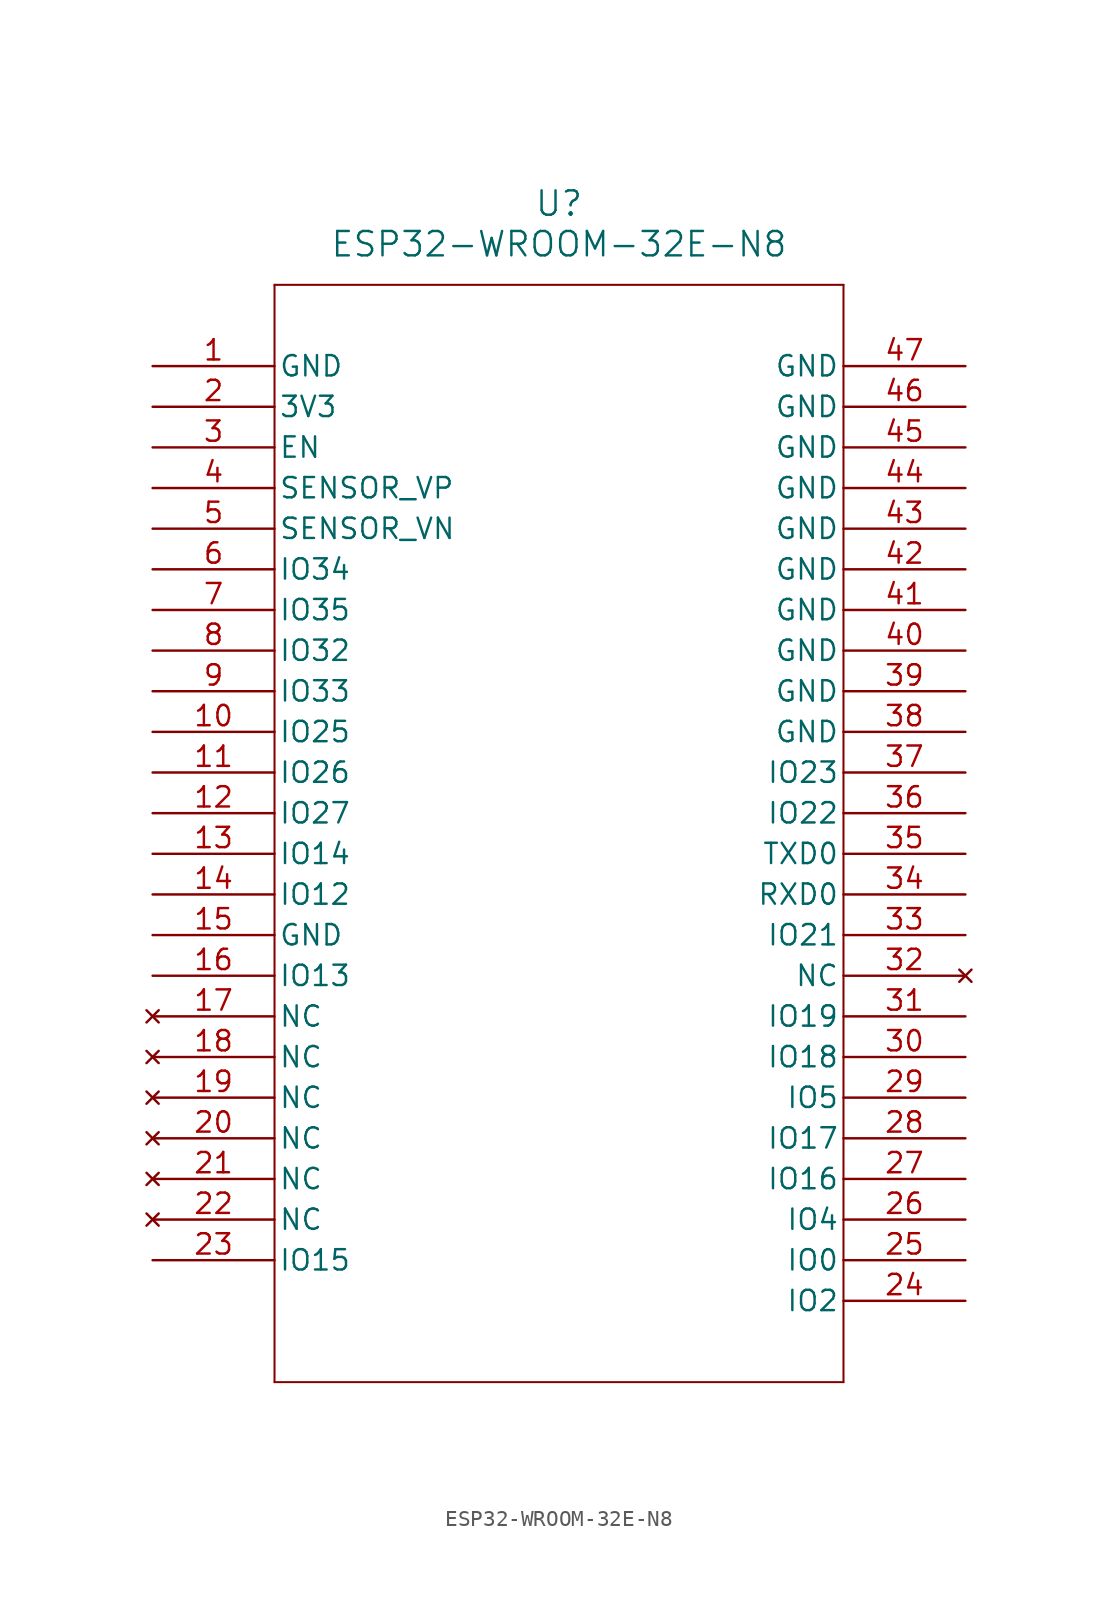
<source format=kicad_sym>
(kicad_symbol_lib
  (version 20211014)
  (generator kicad_symbol_editor)
  (symbol "ESP32-WROOM-32E-N8"
    (pin_names
      (offset 0.254))
    (property "Reference" "U"
      (at 25.4 10.16 0)
      (effects (font (size 1.524 1.524))))
    (property "Value" "ESP32-WROOM-32E-N8"
      (at 25.4 7.62 0)
      (effects (font (size 1.524 1.524))))
    (symbol "ESP32-WROOM-32E-N8_0_1"
      (polyline (pts (xy 7.62 5.08) (xy 7.62 -63.5)) (stroke (width 0.127) (type default) (color 0 0 0 0)) (fill (type none)))
      (polyline (pts (xy 7.62 -63.5) (xy 43.18 -63.5)) (stroke (width 0.127) (type default) (color 0 0 0 0)) (fill (type none)))
      (polyline (pts (xy 43.18 -63.5) (xy 43.18 5.08)) (stroke (width 0.127) (type default) (color 0 0 0 0)) (fill (type none)))
      (polyline (pts (xy 43.18 5.08) (xy 7.62 5.08)) (stroke (width 0.127) (type default) (color 0 0 0 0)) (fill (type none)))
      (pin power_out line (at 0 0 0) (length 7.62) (name "GND" (effects (font (size 1.27 1.27)))) (number "1" (effects (font (size 1.27 1.27)))))
      (pin power_in line (at 0 -2.54 0) (length 7.62) (name "3V3" (effects (font (size 1.27 1.27)))) (number "2" (effects (font (size 1.27 1.27)))))
      (pin input line (at 0 -5.08 0) (length 7.62) (name "EN" (effects (font (size 1.27 1.27)))) (number "3" (effects (font (size 1.27 1.27)))))
      (pin input line (at 0 -7.62 0) (length 7.62) (name "SENSOR_VP" (effects (font (size 1.27 1.27)))) (number "4" (effects (font (size 1.27 1.27)))))
      (pin input line (at 0 -10.16 0) (length 7.62) (name "SENSOR_VN" (effects (font (size 1.27 1.27)))) (number "5" (effects (font (size 1.27 1.27)))))
      (pin input line (at 0 -12.7 0) (length 7.62) (name "IO34" (effects (font (size 1.27 1.27)))) (number "6" (effects (font (size 1.27 1.27)))))
      (pin input line (at 0 -15.24 0) (length 7.62) (name "IO35" (effects (font (size 1.27 1.27)))) (number "7" (effects (font (size 1.27 1.27)))))
      (pin bidirectional line (at 0 -17.78 0) (length 7.62) (name "IO32" (effects (font (size 1.27 1.27)))) (number "8" (effects (font (size 1.27 1.27)))))
      (pin bidirectional line (at 0 -20.32 0) (length 7.62) (name "IO33" (effects (font (size 1.27 1.27)))) (number "9" (effects (font (size 1.27 1.27)))))
      (pin bidirectional line (at 0 -22.86 0) (length 7.62) (name "IO25" (effects (font (size 1.27 1.27)))) (number "10" (effects (font (size 1.27 1.27)))))
      (pin bidirectional line (at 0 -25.4 0) (length 7.62) (name "IO26" (effects (font (size 1.27 1.27)))) (number "11" (effects (font (size 1.27 1.27)))))
      (pin bidirectional line (at 0 -27.94 0) (length 7.62) (name "IO27" (effects (font (size 1.27 1.27)))) (number "12" (effects (font (size 1.27 1.27)))))
      (pin bidirectional line (at 0 -30.48 0) (length 7.62) (name "IO14" (effects (font (size 1.27 1.27)))) (number "13" (effects (font (size 1.27 1.27)))))
      (pin bidirectional line (at 0 -33.02 0) (length 7.62) (name "IO12" (effects (font (size 1.27 1.27)))) (number "14" (effects (font (size 1.27 1.27)))))
      (pin power_out line (at 0 -35.56 0) (length 7.62) (name "GND" (effects (font (size 1.27 1.27)))) (number "15" (effects (font (size 1.27 1.27)))))
      (pin bidirectional line (at 0 -38.1 0) (length 7.62) (name "IO13" (effects (font (size 1.27 1.27)))) (number "16" (effects (font (size 1.27 1.27)))))
      (pin no_connect line (at 0 -40.64 0) (length 7.62) (name "NC" (effects (font (size 1.27 1.27)))) (number "17" (effects (font (size 1.27 1.27)))))
      (pin no_connect line (at 0 -43.18 0) (length 7.62) (name "NC" (effects (font (size 1.27 1.27)))) (number "18" (effects (font (size 1.27 1.27)))))
      (pin no_connect line (at 0 -45.72 0) (length 7.62) (name "NC" (effects (font (size 1.27 1.27)))) (number "19" (effects (font (size 1.27 1.27)))))
      (pin no_connect line (at 0 -48.26 0) (length 7.62) (name "NC" (effects (font (size 1.27 1.27)))) (number "20" (effects (font (size 1.27 1.27)))))
      (pin no_connect line (at 0 -50.8 0) (length 7.62) (name "NC" (effects (font (size 1.27 1.27)))) (number "21" (effects (font (size 1.27 1.27)))))
      (pin no_connect line (at 0 -53.34 0) (length 7.62) (name "NC" (effects (font (size 1.27 1.27)))) (number "22" (effects (font (size 1.27 1.27)))))
      (pin bidirectional line (at 0 -55.88 0) (length 7.62) (name "IO15" (effects (font (size 1.27 1.27)))) (number "23" (effects (font (size 1.27 1.27)))))
      (pin bidirectional line (at 50.8 -58.42 180) (length 7.62) (name "IO2" (effects (font (size 1.27 1.27)))) (number "24" (effects (font (size 1.27 1.27)))))
      (pin bidirectional line (at 50.8 -55.88 180) (length 7.62) (name "IO0" (effects (font (size 1.27 1.27)))) (number "25" (effects (font (size 1.27 1.27)))))
      (pin bidirectional line (at 50.8 -53.34 180) (length 7.62) (name "IO4" (effects (font (size 1.27 1.27)))) (number "26" (effects (font (size 1.27 1.27)))))
      (pin bidirectional line (at 50.8 -50.8 180) (length 7.62) (name "IO16" (effects (font (size 1.27 1.27)))) (number "27" (effects (font (size 1.27 1.27)))))
      (pin bidirectional line (at 50.8 -48.26 180) (length 7.62) (name "IO17" (effects (font (size 1.27 1.27)))) (number "28" (effects (font (size 1.27 1.27)))))
      (pin bidirectional line (at 50.8 -45.72 180) (length 7.62) (name "IO5" (effects (font (size 1.27 1.27)))) (number "29" (effects (font (size 1.27 1.27)))))
      (pin bidirectional line (at 50.8 -43.18 180) (length 7.62) (name "IO18" (effects (font (size 1.27 1.27)))) (number "30" (effects (font (size 1.27 1.27)))))
      (pin bidirectional line (at 50.8 -40.64 180) (length 7.62) (name "IO19" (effects (font (size 1.27 1.27)))) (number "31" (effects (font (size 1.27 1.27)))))
      (pin no_connect line (at 50.8 -38.1 180) (length 7.62) (name "NC" (effects (font (size 1.27 1.27)))) (number "32" (effects (font (size 1.27 1.27)))))
      (pin bidirectional line (at 50.8 -35.56 180) (length 7.62) (name "IO21" (effects (font (size 1.27 1.27)))) (number "33" (effects (font (size 1.27 1.27)))))
      (pin bidirectional line (at 50.8 -33.02 180) (length 7.62) (name "RXD0" (effects (font (size 1.27 1.27)))) (number "34" (effects (font (size 1.27 1.27)))))
      (pin bidirectional line (at 50.8 -30.48 180) (length 7.62) (name "TXD0" (effects (font (size 1.27 1.27)))) (number "35" (effects (font (size 1.27 1.27)))))
      (pin bidirectional line (at 50.8 -27.94 180) (length 7.62) (name "IO22" (effects (font (size 1.27 1.27)))) (number "36" (effects (font (size 1.27 1.27)))))
      (pin bidirectional line (at 50.8 -25.4 180) (length 7.62) (name "IO23" (effects (font (size 1.27 1.27)))) (number "37" (effects (font (size 1.27 1.27)))))
      (pin power_out line (at 50.8 -22.86 180) (length 7.62) (name "GND" (effects (font (size 1.27 1.27)))) (number "38" (effects (font (size 1.27 1.27)))))
      (pin power_out line (at 50.8 -20.32 180) (length 7.62) (name "GND" (effects (font (size 1.27 1.27)))) (number "39" (effects (font (size 1.27 1.27)))))
      (pin power_out line (at 50.8 -17.78 180) (length 7.62) (name "GND" (effects (font (size 1.27 1.27)))) (number "40" (effects (font (size 1.27 1.27)))))
      (pin power_out line (at 50.8 -15.24 180) (length 7.62) (name "GND" (effects (font (size 1.27 1.27)))) (number "41" (effects (font (size 1.27 1.27)))))
      (pin power_out line (at 50.8 -12.7 180) (length 7.62) (name "GND" (effects (font (size 1.27 1.27)))) (number "42" (effects (font (size 1.27 1.27)))))
      (pin power_out line (at 50.8 -10.16 180) (length 7.62) (name "GND" (effects (font (size 1.27 1.27)))) (number "43" (effects (font (size 1.27 1.27)))))
      (pin power_out line (at 50.8 -7.62 180) (length 7.62) (name "GND" (effects (font (size 1.27 1.27)))) (number "44" (effects (font (size 1.27 1.27)))))
      (pin power_out line (at 50.8 -5.08 180) (length 7.62) (name "GND" (effects (font (size 1.27 1.27)))) (number "45" (effects (font (size 1.27 1.27)))))
      (pin power_out line (at 50.8 -2.54 180) (length 7.62) (name "GND" (effects (font (size 1.27 1.27)))) (number "46" (effects (font (size 1.27 1.27)))))
      (pin power_out line (at 50.8 0 180) (length 7.62) (name "GND" (effects (font (size 1.27 1.27)))) (number "47" (effects (font (size 1.27 1.27))))))))
</source>
